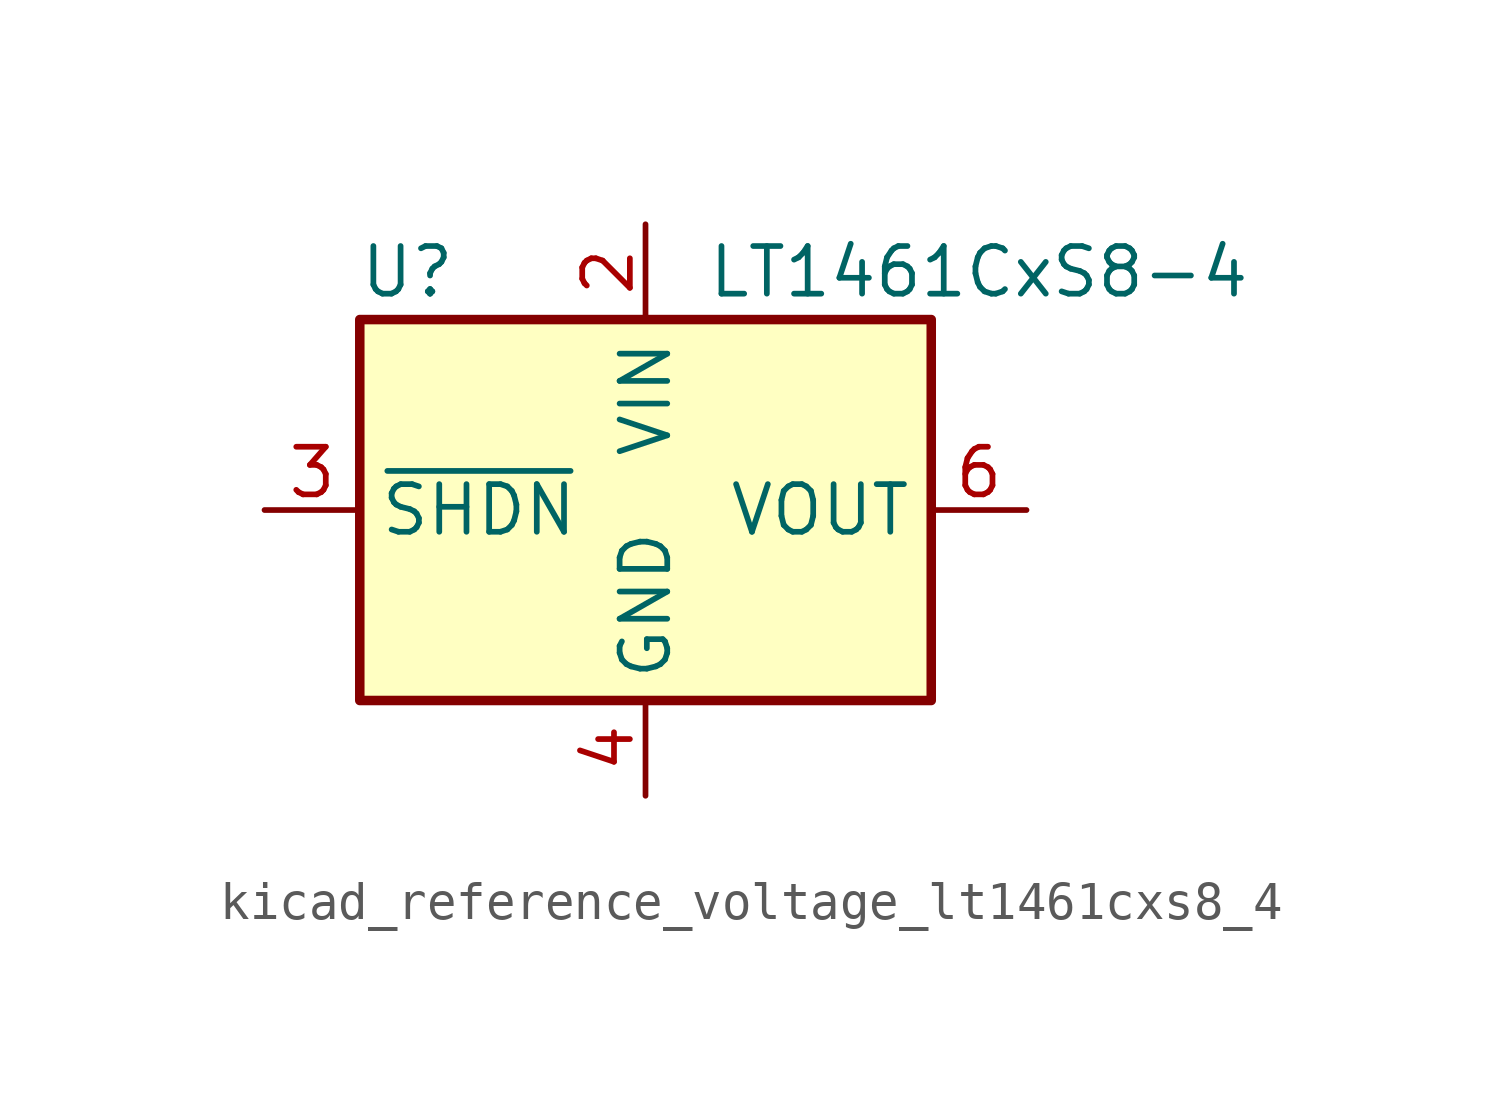
<source format=kicad_sym>
(kicad_symbol_lib
  (version 20220914)
  (generator kicad_symbol_editor)
  (symbol "kicad_reference_voltage_lt1461cxs8_4"
    (property "Reference" "U"
      (at -6.35 6.35 0)
      (effects (font (size 1.27 1.27))))
    (property "Value" "LT1461CxS8-4"
      (at 8.89 6.35 0)
      (effects (font (size 1.27 1.27))))
    (symbol "kicad_reference_voltage_lt1461cxs8_4_1_1"
      (rectangle (start -7.62 5.08) (end 7.62 -5.08) (stroke (width 0.254) (type default)) (fill (type background)))
      (pin no_connect line (at 7.62 -2.54 180) (length 2.54) hide (name "DNC" (effects (font (size 1.27 1.27)))) (number "1" (effects (font (size 1.27 1.27)))))
      (pin power_in line (at 0 7.62 270) (length 2.54) (name "VIN" (effects (font (size 1.27 1.27)))) (number "2" (effects (font (size 1.27 1.27)))))
      (pin input line (at -10.16 0 0) (length 2.54) (name "~{SHDN}" (effects (font (size 1.27 1.27)))) (number "3" (effects (font (size 1.27 1.27)))))
      (pin power_in line (at 0 -7.62 90) (length 2.54) (name "GND" (effects (font (size 1.27 1.27)))) (number "4" (effects (font (size 1.27 1.27)))))
      (pin no_connect line (at -7.62 -2.54 0) (length 2.54) hide (name "DNC" (effects (font (size 1.27 1.27)))) (number "5" (effects (font (size 1.27 1.27)))))
      (pin power_out line (at 10.16 0 180) (length 2.54) (name "VOUT" (effects (font (size 1.27 1.27)))) (number "6" (effects (font (size 1.27 1.27)))))
      (pin no_connect line (at -7.62 2.54 0) (length 2.54) hide (name "DNC" (effects (font (size 1.27 1.27)))) (number "7" (effects (font (size 1.27 1.27)))))
      (pin no_connect line (at 7.62 2.54 180) (length 2.54) hide (name "DNC" (effects (font (size 1.27 1.27)))) (number "8" (effects (font (size 1.27 1.27))))))))
</source>
